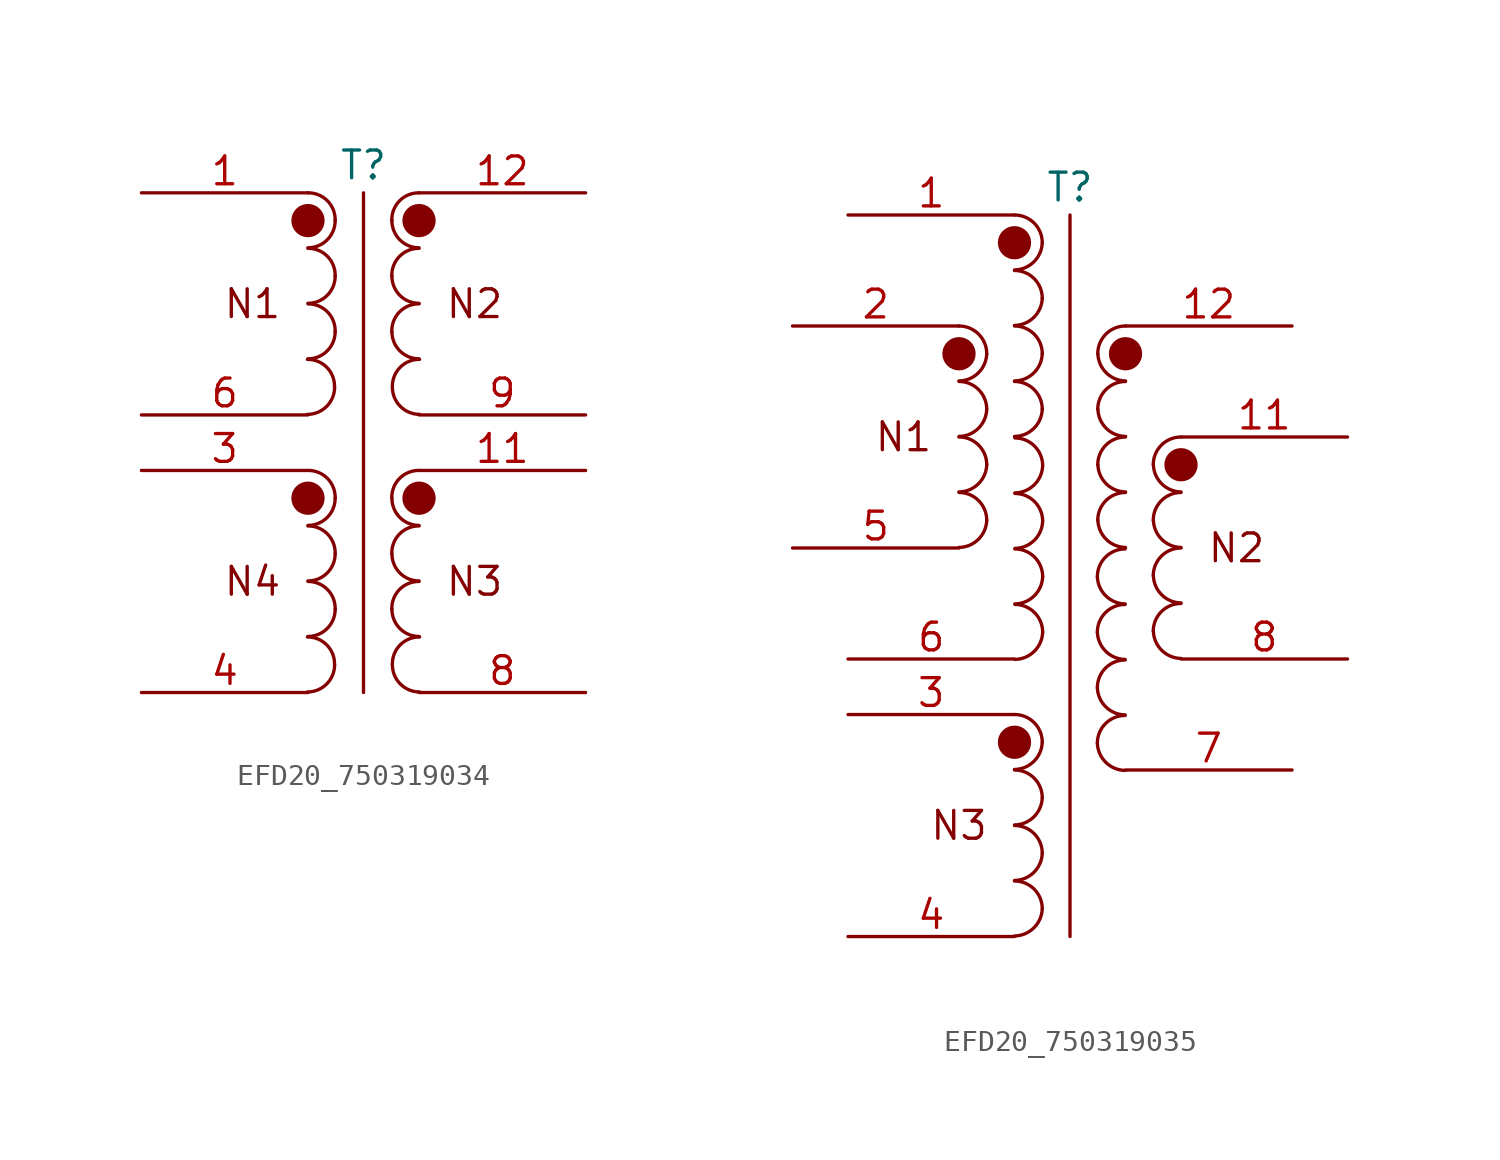
<source format=kicad_sym>
(kicad_symbol_lib
  (version 20220914)
  (generator kicad_symbol_editor)
  (symbol "EFD20_750319034"
    (pin_names hide)
    (property "Reference" "T"
      (at 0 12.7 0)
      (effects (font (size 1.27 1.27))))
    (property "Critical Parameter" ""
      (at 0 -5.08 0)
      (effects (font (size 1.27 1.27)) (justify left)))
    (symbol "EFD20_750319034_0_1"
      (arc (start -2.5654 -11.4046) (mid -1.6855 -11.0399) (end -1.3208 -10.16) (stroke (width 0) (type default)) (fill (type none)))
      (arc (start -2.5654 1.2954) (mid -1.6855 1.6601) (end -1.3208 2.54) (stroke (width 0) (type default)) (fill (type none)))
      (arc (start -2.54 -8.8646) (mid -1.6601 -8.4999) (end -1.2954 -7.62) (stroke (width 0) (type default)) (fill (type none)))
      (arc (start -2.54 -6.3246) (mid -1.6601 -5.9599) (end -1.2954 -5.08) (stroke (width 0) (type default)) (fill (type none)))
      (arc (start -2.54 -3.7846) (mid -1.6601 -3.4199) (end -1.2954 -2.54) (stroke (width 0) (type default)) (fill (type none)))
      (arc (start -2.54 3.8354) (mid -1.6601 4.2001) (end -1.2954 5.08) (stroke (width 0) (type default)) (fill (type none)))
      (arc (start -2.54 6.3754) (mid -1.6601 6.7401) (end -1.2954 7.62) (stroke (width 0) (type default)) (fill (type none)))
      (arc (start -2.54 8.9154) (mid -1.6601 9.2801) (end -1.2954 10.16) (stroke (width 0) (type default)) (fill (type none)))
      (arc (start -1.3208 -10.16) (mid -1.6708 -9.2582) (end -2.5654 -8.89) (stroke (width 0) (type default)) (fill (type none)))
      (arc (start -1.3208 2.54) (mid -1.6708 3.4418) (end -2.5654 3.81) (stroke (width 0) (type default)) (fill (type none)))
      (arc (start -1.2954 -7.62) (mid -1.646 -6.7187) (end -2.54 -6.35) (stroke (width 0) (type default)) (fill (type none)))
      (arc (start -1.2954 -5.08) (mid -1.646 -4.1787) (end -2.54 -3.81) (stroke (width 0) (type default)) (fill (type none)))
      (arc (start -1.2954 -2.54) (mid -1.646 -1.6387) (end -2.54 -1.27) (stroke (width 0) (type default)) (fill (type none)))
      (arc (start -1.2954 5.08) (mid -1.646 5.9813) (end -2.54 6.35) (stroke (width 0) (type default)) (fill (type none)))
      (arc (start -1.2954 7.62) (mid -1.646 8.5213) (end -2.54 8.89) (stroke (width 0) (type default)) (fill (type none)))
      (arc (start -1.2954 10.16) (mid -1.646 11.0613) (end -2.54 11.43) (stroke (width 0) (type default)) (fill (type none)))
      (polyline (pts (xy 0 11.43) (xy 0 -11.43)) (stroke (width 0) (type default)) (fill (type none)))
      (arc (start 1.2954 -7.62) (mid 1.66 -8.4999) (end 2.54 -8.8646) (stroke (width 0) (type default)) (fill (type none)))
      (arc (start 1.2954 -5.08) (mid 1.66 -5.9599) (end 2.54 -6.3246) (stroke (width 0) (type default)) (fill (type none)))
      (arc (start 1.2954 -2.54) (mid 1.66 -3.4199) (end 2.54 -3.7846) (stroke (width 0) (type default)) (fill (type none)))
      (arc (start 1.2954 5.08) (mid 1.66 4.2001) (end 2.54 3.8354) (stroke (width 0) (type default)) (fill (type none)))
      (arc (start 1.2954 7.62) (mid 1.66 6.7401) (end 2.54 6.3754) (stroke (width 0) (type default)) (fill (type none)))
      (arc (start 1.2954 10.16) (mid 1.66 9.2801) (end 2.54 8.9154) (stroke (width 0) (type default)) (fill (type none)))
      (arc (start 1.3208 -10.16) (mid 1.6855 -11.0399) (end 2.5654 -11.4046) (stroke (width 0) (type default)) (fill (type none)))
      (arc (start 1.3208 2.54) (mid 1.6855 1.6601) (end 2.5654 1.2954) (stroke (width 0) (type default)) (fill (type none)))
      (arc (start 2.54 -6.35) (mid 1.6461 -6.7186) (end 1.2954 -7.62) (stroke (width 0) (type default)) (fill (type none)))
      (arc (start 2.54 -3.81) (mid 1.6461 -4.1786) (end 1.2954 -5.08) (stroke (width 0) (type default)) (fill (type none)))
      (arc (start 2.54 -1.27) (mid 1.6461 -1.6386) (end 1.2954 -2.54) (stroke (width 0) (type default)) (fill (type none)))
      (arc (start 2.54 6.35) (mid 1.6461 5.9814) (end 1.2954 5.08) (stroke (width 0) (type default)) (fill (type none)))
      (arc (start 2.54 8.89) (mid 1.6461 8.5214) (end 1.2954 7.62) (stroke (width 0) (type default)) (fill (type none)))
      (arc (start 2.54 11.43) (mid 1.6461 11.0614) (end 1.2954 10.16) (stroke (width 0) (type default)) (fill (type none)))
      (arc (start 2.5654 -8.89) (mid 1.6705 -9.2581) (end 1.3208 -10.16) (stroke (width 0) (type default)) (fill (type none)))
      (arc (start 2.5654 3.81) (mid 1.6705 3.4419) (end 1.3208 2.54) (stroke (width 0) (type default)) (fill (type none))))
    (symbol "EFD20_750319034_1_1"
      (circle (center -2.54 -2.54) (radius 0.0001) (stroke (width 0.762) (type default)) (fill (type none)))
      (circle (center -2.54 10.16) (radius 0.0001) (stroke (width 0.762) (type default)) (fill (type none)))
      (circle (center 2.54 -2.54) (radius 0.0001) (stroke (width 0.762) (type default)) (fill (type none)))
      (circle (center 2.54 10.16) (radius 0.0001) (stroke (width 0.762) (type default)) (fill (type none)))
      (text "N1" (at -5.08 6.35 0) (effects (font (size 1.27 1.27))))
      (text "N2" (at 5.08 6.35 0) (effects (font (size 1.27 1.27))))
      (text "N3" (at 5.08 -6.35 0) (effects (font (size 1.27 1.27))))
      (text "N4" (at -5.08 -6.35 0) (effects (font (size 1.27 1.27))))
      (pin passive line (at -10.16 11.43 0) (length 7.62) (name "1" (effects (font (size 1.27 1.27)))) (number "1" (effects (font (size 1.27 1.27)))))
      (pin passive line (at 10.16 -1.27 180) (length 7.62) (name "11" (effects (font (size 1.27 1.27)))) (number "11" (effects (font (size 1.27 1.27)))))
      (pin passive line (at 10.16 11.43 180) (length 7.62) (name "12" (effects (font (size 1.27 1.27)))) (number "12" (effects (font (size 1.27 1.27)))))
      (pin passive line (at -10.16 -1.27 0) (length 7.62) (name "3" (effects (font (size 1.27 1.27)))) (number "3" (effects (font (size 1.27 1.27)))))
      (pin passive line (at -10.16 -11.43 0) (length 7.62) (name "4" (effects (font (size 1.27 1.27)))) (number "4" (effects (font (size 1.27 1.27)))))
      (pin passive line (at -10.16 1.27 0) (length 7.62) (name "6" (effects (font (size 1.27 1.27)))) (number "6" (effects (font (size 1.27 1.27)))))
      (pin passive line (at 10.16 -11.43 180) (length 7.62) (name "8" (effects (font (size 1.27 1.27)))) (number "8" (effects (font (size 1.27 1.27)))))
      (pin passive line (at 10.16 1.27 180) (length 7.62) (name "9" (effects (font (size 1.27 1.27)))) (number "9" (effects (font (size 1.27 1.27)))))))
  (symbol "EFD20_750319035"
    (pin_names hide)
    (property "Reference" "T"
      (at 0 16.51 0)
      (effects (font (size 1.27 1.27))))
    (property "Critical Parameter" ""
      (at 0 -5.08 0)
      (effects (font (size 1.27 1.27)) (justify left)))
    (symbol "EFD20_750319035_0_1"
      (arc (start -5.08 0.0254) (mid -4.1961 0.3937) (end -3.81 1.27) (stroke (width 0) (type default)) (fill (type none)))
      (arc (start -5.08 2.5654) (mid -4.1961 2.9337) (end -3.81 3.81) (stroke (width 0) (type default)) (fill (type none)))
      (arc (start -5.08 5.1054) (mid -4.1961 5.4737) (end -3.81 6.35) (stroke (width 0) (type default)) (fill (type none)))
      (arc (start -5.08 7.6454) (mid -4.1961 8.0137) (end -3.81 8.89) (stroke (width 0) (type default)) (fill (type none)))
      (arc (start -3.81 1.27) (mid -4.182 2.168) (end -5.08 2.54) (stroke (width 0) (type default)) (fill (type none)))
      (arc (start -3.81 3.81) (mid -4.182 4.708) (end -5.08 5.08) (stroke (width 0) (type default)) (fill (type none)))
      (arc (start -3.81 6.35) (mid -4.182 7.248) (end -5.08 7.62) (stroke (width 0) (type default)) (fill (type none)))
      (arc (start -3.81 8.89) (mid -4.182 9.788) (end -5.08 10.16) (stroke (width 0) (type default)) (fill (type none)))
      (arc (start -2.54 -17.7546) (mid -1.6561 -17.3863) (end -1.27 -16.51) (stroke (width 0) (type default)) (fill (type none)))
      (arc (start -2.54 -15.2146) (mid -1.6561 -14.8463) (end -1.27 -13.97) (stroke (width 0) (type default)) (fill (type none)))
      (arc (start -2.54 -12.6746) (mid -1.6561 -12.3063) (end -1.27 -11.43) (stroke (width 0) (type default)) (fill (type none)))
      (arc (start -2.54 -10.1346) (mid -1.6561 -9.7663) (end -1.27 -8.89) (stroke (width 0) (type default)) (fill (type none)))
      (arc (start -2.54 5.1054) (mid -1.6561 5.4737) (end -1.27 6.35) (stroke (width 0) (type default)) (fill (type none)))
      (arc (start -2.54 7.6454) (mid -1.6561 8.0137) (end -1.27 8.89) (stroke (width 0) (type default)) (fill (type none)))
      (arc (start -2.54 10.1854) (mid -1.6561 10.5537) (end -1.27 11.43) (stroke (width 0) (type default)) (fill (type none)))
      (arc (start -2.54 12.7254) (mid -1.6561 13.0937) (end -1.27 13.97) (stroke (width 0) (type default)) (fill (type none)))
      (arc (start -2.5215 -5.0991) (mid -1.6376 -4.7308) (end -1.2515 -3.8545) (stroke (width 0) (type default)) (fill (type none)))
      (arc (start -2.5215 -2.5591) (mid -1.6376 -2.1908) (end -1.2515 -1.3145) (stroke (width 0) (type default)) (fill (type none)))
      (arc (start -2.5215 -0.0191) (mid -1.6376 0.3492) (end -1.2515 1.2255) (stroke (width 0) (type default)) (fill (type none)))
      (arc (start -2.5215 2.5209) (mid -1.6376 2.8892) (end -1.2515 3.7655) (stroke (width 0) (type default)) (fill (type none)))
      (arc (start -1.27 -16.51) (mid -1.642 -15.612) (end -2.54 -15.24) (stroke (width 0) (type default)) (fill (type none)))
      (arc (start -1.27 -13.97) (mid -1.642 -13.072) (end -2.54 -12.7) (stroke (width 0) (type default)) (fill (type none)))
      (arc (start -1.27 -11.43) (mid -1.642 -10.532) (end -2.54 -10.16) (stroke (width 0) (type default)) (fill (type none)))
      (arc (start -1.27 -8.89) (mid -1.642 -7.992) (end -2.54 -7.62) (stroke (width 0) (type default)) (fill (type none)))
      (arc (start -1.27 6.35) (mid -1.642 7.248) (end -2.54 7.62) (stroke (width 0) (type default)) (fill (type none)))
      (arc (start -1.27 8.89) (mid -1.642 9.788) (end -2.54 10.16) (stroke (width 0) (type default)) (fill (type none)))
      (arc (start -1.27 11.43) (mid -1.642 12.328) (end -2.54 12.7) (stroke (width 0) (type default)) (fill (type none)))
      (arc (start -1.27 13.97) (mid -1.642 14.868) (end -2.54 15.24) (stroke (width 0) (type default)) (fill (type none)))
      (arc (start -1.2515 -3.8545) (mid -1.6235 -2.9565) (end -2.5215 -2.5845) (stroke (width 0) (type default)) (fill (type none)))
      (arc (start -1.2515 -1.3145) (mid -1.6235 -0.4165) (end -2.5215 -0.0445) (stroke (width 0) (type default)) (fill (type none)))
      (arc (start -1.2515 1.2255) (mid -1.6235 2.1235) (end -2.5215 2.4955) (stroke (width 0) (type default)) (fill (type none)))
      (arc (start -1.2515 3.7655) (mid -1.6235 4.6635) (end -2.5215 5.0355) (stroke (width 0) (type default)) (fill (type none)))
      (polyline (pts (xy 0 15.24) (xy 0 -17.78)) (stroke (width 0) (type default)) (fill (type none)))
      (arc (start 1.2515 -8.9345) (mid 1.6376 -9.8108) (end 2.5215 -10.1791) (stroke (width 0) (type default)) (fill (type none)))
      (arc (start 1.2515 -6.3945) (mid 1.6376 -7.2708) (end 2.5215 -7.6391) (stroke (width 0) (type default)) (fill (type none)))
      (arc (start 1.2515 -3.8545) (mid 1.6376 -4.7308) (end 2.5215 -5.0991) (stroke (width 0) (type default)) (fill (type none)))
      (arc (start 1.2515 -1.3145) (mid 1.6376 -2.1908) (end 2.5215 -2.5591) (stroke (width 0) (type default)) (fill (type none)))
      (arc (start 1.27 1.27) (mid 1.6561 0.3937) (end 2.54 0.0254) (stroke (width 0) (type default)) (fill (type none)))
      (arc (start 1.27 3.81) (mid 1.6561 2.9337) (end 2.54 2.5654) (stroke (width 0) (type default)) (fill (type none)))
      (arc (start 1.27 6.35) (mid 1.6561 5.4737) (end 2.54 5.1054) (stroke (width 0) (type default)) (fill (type none)))
      (arc (start 1.27 8.89) (mid 1.6561 8.0137) (end 2.54 7.6454) (stroke (width 0) (type default)) (fill (type none)))
      (arc (start 2.5215 -7.6645) (mid 1.6235 -8.0365) (end 1.2515 -8.9345) (stroke (width 0) (type default)) (fill (type none)))
      (arc (start 2.5215 -5.1245) (mid 1.6235 -5.4965) (end 1.2515 -6.3945) (stroke (width 0) (type default)) (fill (type none)))
      (arc (start 2.5215 -2.5845) (mid 1.6235 -2.9565) (end 1.2515 -3.8545) (stroke (width 0) (type default)) (fill (type none)))
      (arc (start 2.5215 -0.0445) (mid 1.6235 -0.4165) (end 1.2515 -1.3145) (stroke (width 0) (type default)) (fill (type none)))
      (arc (start 2.54 2.54) (mid 1.642 2.168) (end 1.27 1.27) (stroke (width 0) (type default)) (fill (type none)))
      (arc (start 2.54 5.08) (mid 1.642 4.708) (end 1.27 3.81) (stroke (width 0) (type default)) (fill (type none)))
      (arc (start 2.54 7.62) (mid 1.642 7.248) (end 1.27 6.35) (stroke (width 0) (type default)) (fill (type none)))
      (arc (start 2.54 10.16) (mid 1.642 9.788) (end 1.27 8.89) (stroke (width 0) (type default)) (fill (type none)))
      (arc (start 3.81 -3.81) (mid 4.1961 -4.6863) (end 5.08 -5.0546) (stroke (width 0) (type default)) (fill (type none)))
      (arc (start 3.81 -1.27) (mid 4.1961 -2.1463) (end 5.08 -2.5146) (stroke (width 0) (type default)) (fill (type none)))
      (arc (start 3.81 1.27) (mid 4.1961 0.3937) (end 5.08 0.0254) (stroke (width 0) (type default)) (fill (type none)))
      (arc (start 3.81 3.81) (mid 4.1961 2.9337) (end 5.08 2.5654) (stroke (width 0) (type default)) (fill (type none)))
      (arc (start 5.08 -2.54) (mid 4.182 -2.912) (end 3.81 -3.81) (stroke (width 0) (type default)) (fill (type none)))
      (arc (start 5.08 0) (mid 4.182 -0.372) (end 3.81 -1.27) (stroke (width 0) (type default)) (fill (type none)))
      (arc (start 5.08 2.54) (mid 4.182 2.168) (end 3.81 1.27) (stroke (width 0) (type default)) (fill (type none)))
      (arc (start 5.08 5.08) (mid 4.182 4.708) (end 3.81 3.81) (stroke (width 0) (type default)) (fill (type none))))
    (symbol "EFD20_750319035_1_1"
      (circle (center -5.08 8.89) (radius 0.0001) (stroke (width 0.762) (type default)) (fill (type none)))
      (circle (center -2.54 -8.89) (radius 0.0001) (stroke (width 0.762) (type default)) (fill (type none)))
      (circle (center -2.54 13.97) (radius 0.0001) (stroke (width 0.762) (type default)) (fill (type none)))
      (circle (center 2.54 8.89) (radius 0.0001) (stroke (width 0.762) (type default)) (fill (type none)))
      (circle (center 5.08 3.81) (radius 0.0001) (stroke (width 0.762) (type default)) (fill (type none)))
      (text "N1" (at -7.62 5.08 0) (effects (font (size 1.27 1.27))))
      (text "N2" (at 7.62 0 0) (effects (font (size 1.27 1.27))))
      (text "N3" (at -5.08 -12.7 0) (effects (font (size 1.27 1.27))))
      (pin passive line (at -10.16 15.24 0) (length 7.62) (name "1" (effects (font (size 1.27 1.27)))) (number "1" (effects (font (size 1.27 1.27)))))
      (pin passive line (at 12.7 5.08 180) (length 7.62) (name "11" (effects (font (size 1.27 1.27)))) (number "11" (effects (font (size 1.27 1.27)))))
      (pin passive line (at 10.16 10.16 180) (length 7.62) (name "12" (effects (font (size 1.27 1.27)))) (number "12" (effects (font (size 1.27 1.27)))))
      (pin passive line (at -12.7 10.16 0) (length 7.62) (name "2" (effects (font (size 1.27 1.27)))) (number "2" (effects (font (size 1.27 1.27)))))
      (pin passive line (at -10.16 -7.62 0) (length 7.62) (name "3" (effects (font (size 1.27 1.27)))) (number "3" (effects (font (size 1.27 1.27)))))
      (pin passive line (at -10.16 -17.78 0) (length 7.62) (name "4" (effects (font (size 1.27 1.27)))) (number "4" (effects (font (size 1.27 1.27)))))
      (pin passive line (at -12.7 0 0) (length 7.62) (name "5" (effects (font (size 1.27 1.27)))) (number "5" (effects (font (size 1.27 1.27)))))
      (pin passive line (at -10.16 -5.08 0) (length 7.62) (name "6" (effects (font (size 1.27 1.27)))) (number "6" (effects (font (size 1.27 1.27)))))
      (pin passive line (at 10.16 -10.16 180) (length 7.62) (name "7" (effects (font (size 1.27 1.27)))) (number "7" (effects (font (size 1.27 1.27)))))
      (pin passive line (at 12.7 -5.08 180) (length 7.62) (name "8" (effects (font (size 1.27 1.27)))) (number "8" (effects (font (size 1.27 1.27))))))))
</source>
